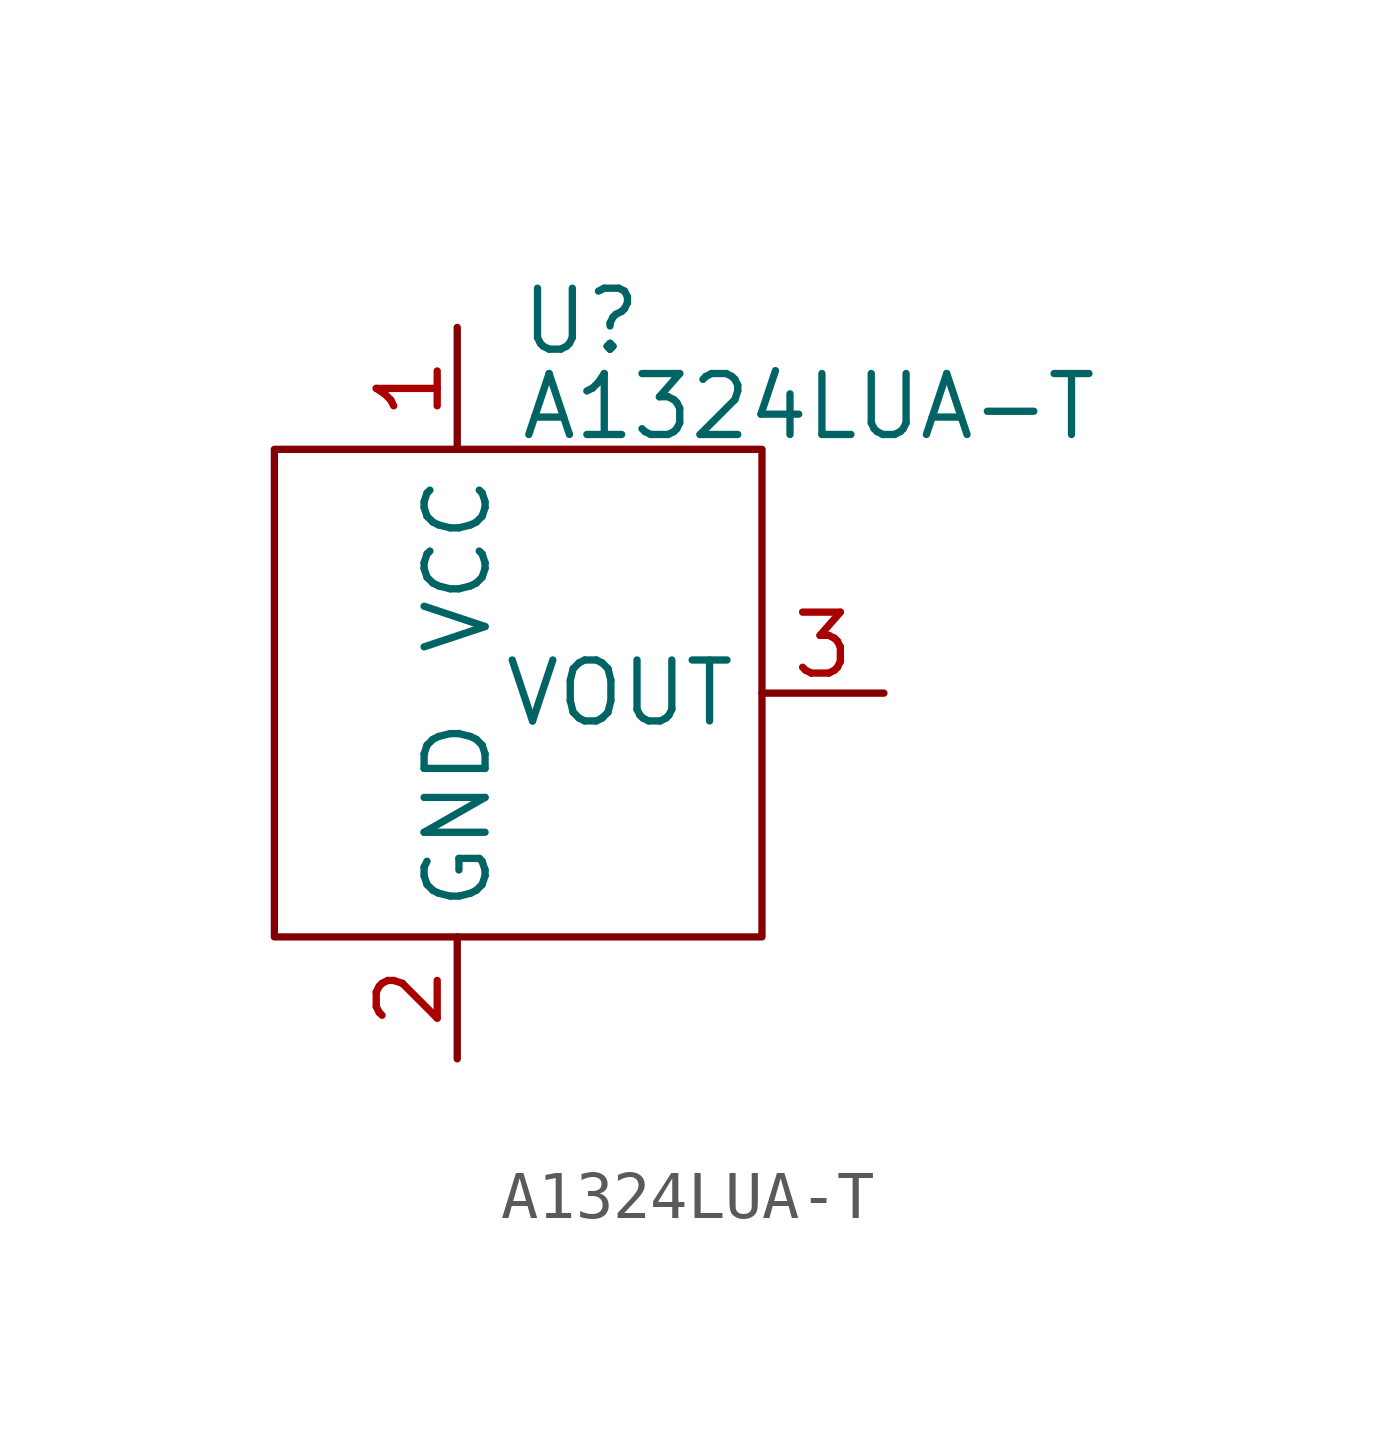
<source format=kicad_sym>
(kicad_symbol_lib
  (version 20220914)
  (generator kicad_symbol_editor)
  (symbol "A1324LUA-T"
    (property "Reference" "U"
      (at 1.27 2.667 0)
      (effects (font (size 1.27 1.27)) (justify left)))
    (property "Value" "A1324LUA-T"
      (at 1.27 0.889 0)
      (effects (font (size 1.27 1.27)) (justify left)))
    (symbol "A1324LUA-T_0_0"
      (pin power_in line (at 0 2.54 270) (length 2.54) (name "VCC" (effects (font (size 1.27 1.27)))) (number "1" (effects (font (size 1.27 1.27)))))
      (pin power_out line (at 0 -12.7 90) (length 2.54) (name "GND" (effects (font (size 1.27 1.27)))) (number "2" (effects (font (size 1.27 1.27)))))
      (pin output line (at 8.89 -5.08 180) (length 2.54) (name "VOUT" (effects (font (size 1.27 1.27)))) (number "3" (effects (font (size 1.27 1.27))))))
    (symbol "A1324LUA-T_0_1"
      (rectangle (start -3.81 0) (end 6.35 -10.16) (stroke (width 0) (type default)) (fill (type none))))))
</source>
